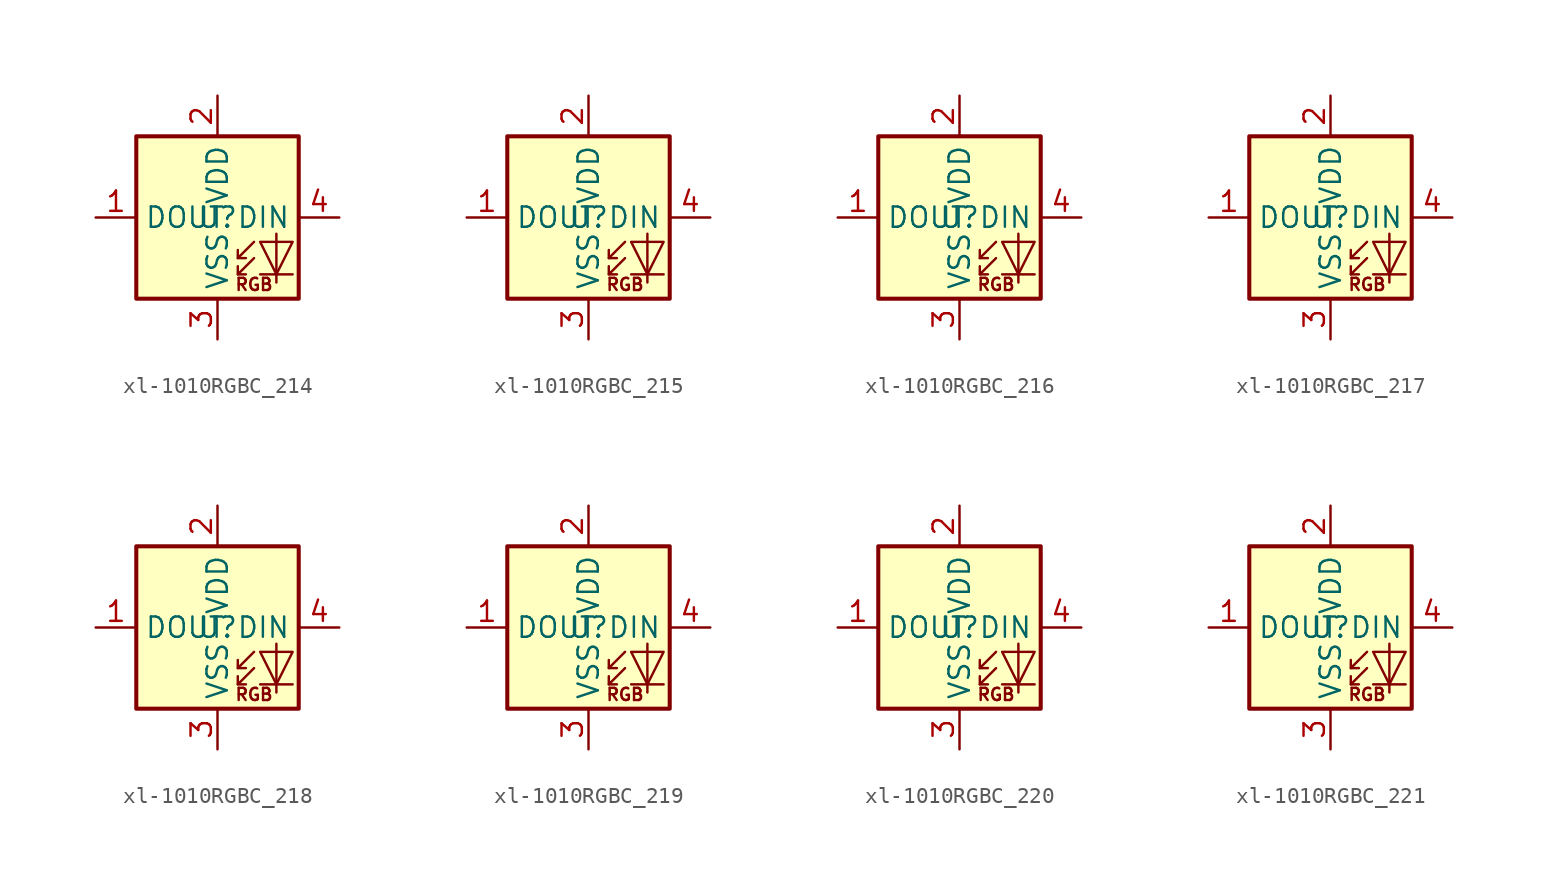
<source format=kicad_sym>
(kicad_symbol_lib
  (version 20231120)
  (generator "kicad_symbol_editor")
  (generator_version "8.0")
  (symbol "xl-1010RGBC_214"
    (property "Reference" "U"
      (at 0 0 0)
      (effects (font (size 1.27 1.27))))
    (property "Value" ""
      (at 0 0 0)
      (effects (font (size 1.27 1.27))))
    (symbol "xl-1010RGBC_214_0_0"
      (text "RGB" (at 2.286 -4.191 0) (effects (font (size 0.762 0.762)))))
    (symbol "xl-1010RGBC_214_0_1"
      (polyline (pts (xy 1.27 -3.556) (xy 1.778 -3.556)) (stroke (width 0) (type default)) (fill (type none)))
      (polyline (pts (xy 1.27 -2.54) (xy 1.778 -2.54)) (stroke (width 0) (type default)) (fill (type none)))
      (polyline (pts (xy 4.699 -3.556) (xy 2.667 -3.556)) (stroke (width 0) (type default)) (fill (type none)))
      (polyline (pts (xy 2.286 -2.54) (xy 1.27 -3.556) (xy 1.27 -3.048)) (stroke (width 0) (type default)) (fill (type none)))
      (polyline (pts (xy 2.286 -1.524) (xy 1.27 -2.54) (xy 1.27 -2.032)) (stroke (width 0) (type default)) (fill (type none)))
      (polyline (pts (xy 3.683 -1.016) (xy 3.683 -3.556) (xy 3.683 -4.064)) (stroke (width 0) (type default)) (fill (type none)))
      (polyline (pts (xy 4.699 -1.524) (xy 2.667 -1.524) (xy 3.683 -3.556) (xy 4.699 -1.524)) (stroke (width 0) (type default)) (fill (type none)))
      (rectangle (start 5.08 5.08) (end -5.08 -5.08) (stroke (width 0.254) (type default)) (fill (type background))))
    (symbol "xl-1010RGBC_214_1_1"
      (pin output line (at -7.62 0 0) (length 2.54) (name "DOUT" (effects (font (size 1.27 1.27)))) (number "1" (effects (font (size 1.27 1.27)))))
      (pin power_in line (at 0 7.62 270) (length 2.54) (name "VDD" (effects (font (size 1.27 1.27)))) (number "2" (effects (font (size 1.27 1.27)))))
      (pin power_in line (at 0 -7.62 90) (length 2.54) (name "VSS" (effects (font (size 1.27 1.27)))) (number "3" (effects (font (size 1.27 1.27)))))
      (pin input line (at 7.62 0 180) (length 2.54) (name "DIN" (effects (font (size 1.27 1.27)))) (number "4" (effects (font (size 1.27 1.27)))))))
  (symbol "xl-1010RGBC_215"
    (property "Reference" "U"
      (at 0 0 0)
      (effects (font (size 1.27 1.27))))
    (property "Value" ""
      (at 0 0 0)
      (effects (font (size 1.27 1.27))))
    (symbol "xl-1010RGBC_215_0_0"
      (text "RGB" (at 2.286 -4.191 0) (effects (font (size 0.762 0.762)))))
    (symbol "xl-1010RGBC_215_0_1"
      (polyline (pts (xy 1.27 -3.556) (xy 1.778 -3.556)) (stroke (width 0) (type default)) (fill (type none)))
      (polyline (pts (xy 1.27 -2.54) (xy 1.778 -2.54)) (stroke (width 0) (type default)) (fill (type none)))
      (polyline (pts (xy 4.699 -3.556) (xy 2.667 -3.556)) (stroke (width 0) (type default)) (fill (type none)))
      (polyline (pts (xy 2.286 -2.54) (xy 1.27 -3.556) (xy 1.27 -3.048)) (stroke (width 0) (type default)) (fill (type none)))
      (polyline (pts (xy 2.286 -1.524) (xy 1.27 -2.54) (xy 1.27 -2.032)) (stroke (width 0) (type default)) (fill (type none)))
      (polyline (pts (xy 3.683 -1.016) (xy 3.683 -3.556) (xy 3.683 -4.064)) (stroke (width 0) (type default)) (fill (type none)))
      (polyline (pts (xy 4.699 -1.524) (xy 2.667 -1.524) (xy 3.683 -3.556) (xy 4.699 -1.524)) (stroke (width 0) (type default)) (fill (type none)))
      (rectangle (start 5.08 5.08) (end -5.08 -5.08) (stroke (width 0.254) (type default)) (fill (type background))))
    (symbol "xl-1010RGBC_215_1_1"
      (pin output line (at -7.62 0 0) (length 2.54) (name "DOUT" (effects (font (size 1.27 1.27)))) (number "1" (effects (font (size 1.27 1.27)))))
      (pin power_in line (at 0 7.62 270) (length 2.54) (name "VDD" (effects (font (size 1.27 1.27)))) (number "2" (effects (font (size 1.27 1.27)))))
      (pin power_in line (at 0 -7.62 90) (length 2.54) (name "VSS" (effects (font (size 1.27 1.27)))) (number "3" (effects (font (size 1.27 1.27)))))
      (pin input line (at 7.62 0 180) (length 2.54) (name "DIN" (effects (font (size 1.27 1.27)))) (number "4" (effects (font (size 1.27 1.27)))))))
  (symbol "xl-1010RGBC_216"
    (property "Reference" "U"
      (at 0 0 0)
      (effects (font (size 1.27 1.27))))
    (property "Value" ""
      (at 0 0 0)
      (effects (font (size 1.27 1.27))))
    (symbol "xl-1010RGBC_216_0_0"
      (text "RGB" (at 2.286 -4.191 0) (effects (font (size 0.762 0.762)))))
    (symbol "xl-1010RGBC_216_0_1"
      (polyline (pts (xy 1.27 -3.556) (xy 1.778 -3.556)) (stroke (width 0) (type default)) (fill (type none)))
      (polyline (pts (xy 1.27 -2.54) (xy 1.778 -2.54)) (stroke (width 0) (type default)) (fill (type none)))
      (polyline (pts (xy 4.699 -3.556) (xy 2.667 -3.556)) (stroke (width 0) (type default)) (fill (type none)))
      (polyline (pts (xy 2.286 -2.54) (xy 1.27 -3.556) (xy 1.27 -3.048)) (stroke (width 0) (type default)) (fill (type none)))
      (polyline (pts (xy 2.286 -1.524) (xy 1.27 -2.54) (xy 1.27 -2.032)) (stroke (width 0) (type default)) (fill (type none)))
      (polyline (pts (xy 3.683 -1.016) (xy 3.683 -3.556) (xy 3.683 -4.064)) (stroke (width 0) (type default)) (fill (type none)))
      (polyline (pts (xy 4.699 -1.524) (xy 2.667 -1.524) (xy 3.683 -3.556) (xy 4.699 -1.524)) (stroke (width 0) (type default)) (fill (type none)))
      (rectangle (start 5.08 5.08) (end -5.08 -5.08) (stroke (width 0.254) (type default)) (fill (type background))))
    (symbol "xl-1010RGBC_216_1_1"
      (pin output line (at -7.62 0 0) (length 2.54) (name "DOUT" (effects (font (size 1.27 1.27)))) (number "1" (effects (font (size 1.27 1.27)))))
      (pin power_in line (at 0 7.62 270) (length 2.54) (name "VDD" (effects (font (size 1.27 1.27)))) (number "2" (effects (font (size 1.27 1.27)))))
      (pin power_in line (at 0 -7.62 90) (length 2.54) (name "VSS" (effects (font (size 1.27 1.27)))) (number "3" (effects (font (size 1.27 1.27)))))
      (pin input line (at 7.62 0 180) (length 2.54) (name "DIN" (effects (font (size 1.27 1.27)))) (number "4" (effects (font (size 1.27 1.27)))))))
  (symbol "xl-1010RGBC_217"
    (property "Reference" "U"
      (at 0 0 0)
      (effects (font (size 1.27 1.27))))
    (property "Value" ""
      (at 0 0 0)
      (effects (font (size 1.27 1.27))))
    (symbol "xl-1010RGBC_217_0_0"
      (text "RGB" (at 2.286 -4.191 0) (effects (font (size 0.762 0.762)))))
    (symbol "xl-1010RGBC_217_0_1"
      (polyline (pts (xy 1.27 -3.556) (xy 1.778 -3.556)) (stroke (width 0) (type default)) (fill (type none)))
      (polyline (pts (xy 1.27 -2.54) (xy 1.778 -2.54)) (stroke (width 0) (type default)) (fill (type none)))
      (polyline (pts (xy 4.699 -3.556) (xy 2.667 -3.556)) (stroke (width 0) (type default)) (fill (type none)))
      (polyline (pts (xy 2.286 -2.54) (xy 1.27 -3.556) (xy 1.27 -3.048)) (stroke (width 0) (type default)) (fill (type none)))
      (polyline (pts (xy 2.286 -1.524) (xy 1.27 -2.54) (xy 1.27 -2.032)) (stroke (width 0) (type default)) (fill (type none)))
      (polyline (pts (xy 3.683 -1.016) (xy 3.683 -3.556) (xy 3.683 -4.064)) (stroke (width 0) (type default)) (fill (type none)))
      (polyline (pts (xy 4.699 -1.524) (xy 2.667 -1.524) (xy 3.683 -3.556) (xy 4.699 -1.524)) (stroke (width 0) (type default)) (fill (type none)))
      (rectangle (start 5.08 5.08) (end -5.08 -5.08) (stroke (width 0.254) (type default)) (fill (type background))))
    (symbol "xl-1010RGBC_217_1_1"
      (pin output line (at -7.62 0 0) (length 2.54) (name "DOUT" (effects (font (size 1.27 1.27)))) (number "1" (effects (font (size 1.27 1.27)))))
      (pin power_in line (at 0 7.62 270) (length 2.54) (name "VDD" (effects (font (size 1.27 1.27)))) (number "2" (effects (font (size 1.27 1.27)))))
      (pin power_in line (at 0 -7.62 90) (length 2.54) (name "VSS" (effects (font (size 1.27 1.27)))) (number "3" (effects (font (size 1.27 1.27)))))
      (pin input line (at 7.62 0 180) (length 2.54) (name "DIN" (effects (font (size 1.27 1.27)))) (number "4" (effects (font (size 1.27 1.27)))))))
  (symbol "xl-1010RGBC_218"
    (property "Reference" "U"
      (at 0 0 0)
      (effects (font (size 1.27 1.27))))
    (property "Value" ""
      (at 0 0 0)
      (effects (font (size 1.27 1.27))))
    (symbol "xl-1010RGBC_218_0_0"
      (text "RGB" (at 2.286 -4.191 0) (effects (font (size 0.762 0.762)))))
    (symbol "xl-1010RGBC_218_0_1"
      (polyline (pts (xy 1.27 -3.556) (xy 1.778 -3.556)) (stroke (width 0) (type default)) (fill (type none)))
      (polyline (pts (xy 1.27 -2.54) (xy 1.778 -2.54)) (stroke (width 0) (type default)) (fill (type none)))
      (polyline (pts (xy 4.699 -3.556) (xy 2.667 -3.556)) (stroke (width 0) (type default)) (fill (type none)))
      (polyline (pts (xy 2.286 -2.54) (xy 1.27 -3.556) (xy 1.27 -3.048)) (stroke (width 0) (type default)) (fill (type none)))
      (polyline (pts (xy 2.286 -1.524) (xy 1.27 -2.54) (xy 1.27 -2.032)) (stroke (width 0) (type default)) (fill (type none)))
      (polyline (pts (xy 3.683 -1.016) (xy 3.683 -3.556) (xy 3.683 -4.064)) (stroke (width 0) (type default)) (fill (type none)))
      (polyline (pts (xy 4.699 -1.524) (xy 2.667 -1.524) (xy 3.683 -3.556) (xy 4.699 -1.524)) (stroke (width 0) (type default)) (fill (type none)))
      (rectangle (start 5.08 5.08) (end -5.08 -5.08) (stroke (width 0.254) (type default)) (fill (type background))))
    (symbol "xl-1010RGBC_218_1_1"
      (pin output line (at -7.62 0 0) (length 2.54) (name "DOUT" (effects (font (size 1.27 1.27)))) (number "1" (effects (font (size 1.27 1.27)))))
      (pin power_in line (at 0 7.62 270) (length 2.54) (name "VDD" (effects (font (size 1.27 1.27)))) (number "2" (effects (font (size 1.27 1.27)))))
      (pin power_in line (at 0 -7.62 90) (length 2.54) (name "VSS" (effects (font (size 1.27 1.27)))) (number "3" (effects (font (size 1.27 1.27)))))
      (pin input line (at 7.62 0 180) (length 2.54) (name "DIN" (effects (font (size 1.27 1.27)))) (number "4" (effects (font (size 1.27 1.27)))))))
  (symbol "xl-1010RGBC_219"
    (property "Reference" "U"
      (at 0 0 0)
      (effects (font (size 1.27 1.27))))
    (property "Value" ""
      (at 0 0 0)
      (effects (font (size 1.27 1.27))))
    (symbol "xl-1010RGBC_219_0_0"
      (text "RGB" (at 2.286 -4.191 0) (effects (font (size 0.762 0.762)))))
    (symbol "xl-1010RGBC_219_0_1"
      (polyline (pts (xy 1.27 -3.556) (xy 1.778 -3.556)) (stroke (width 0) (type default)) (fill (type none)))
      (polyline (pts (xy 1.27 -2.54) (xy 1.778 -2.54)) (stroke (width 0) (type default)) (fill (type none)))
      (polyline (pts (xy 4.699 -3.556) (xy 2.667 -3.556)) (stroke (width 0) (type default)) (fill (type none)))
      (polyline (pts (xy 2.286 -2.54) (xy 1.27 -3.556) (xy 1.27 -3.048)) (stroke (width 0) (type default)) (fill (type none)))
      (polyline (pts (xy 2.286 -1.524) (xy 1.27 -2.54) (xy 1.27 -2.032)) (stroke (width 0) (type default)) (fill (type none)))
      (polyline (pts (xy 3.683 -1.016) (xy 3.683 -3.556) (xy 3.683 -4.064)) (stroke (width 0) (type default)) (fill (type none)))
      (polyline (pts (xy 4.699 -1.524) (xy 2.667 -1.524) (xy 3.683 -3.556) (xy 4.699 -1.524)) (stroke (width 0) (type default)) (fill (type none)))
      (rectangle (start 5.08 5.08) (end -5.08 -5.08) (stroke (width 0.254) (type default)) (fill (type background))))
    (symbol "xl-1010RGBC_219_1_1"
      (pin output line (at -7.62 0 0) (length 2.54) (name "DOUT" (effects (font (size 1.27 1.27)))) (number "1" (effects (font (size 1.27 1.27)))))
      (pin power_in line (at 0 7.62 270) (length 2.54) (name "VDD" (effects (font (size 1.27 1.27)))) (number "2" (effects (font (size 1.27 1.27)))))
      (pin power_in line (at 0 -7.62 90) (length 2.54) (name "VSS" (effects (font (size 1.27 1.27)))) (number "3" (effects (font (size 1.27 1.27)))))
      (pin input line (at 7.62 0 180) (length 2.54) (name "DIN" (effects (font (size 1.27 1.27)))) (number "4" (effects (font (size 1.27 1.27)))))))
  (symbol "xl-1010RGBC_220"
    (property "Reference" "U"
      (at 0 0 0)
      (effects (font (size 1.27 1.27))))
    (property "Value" ""
      (at 0 0 0)
      (effects (font (size 1.27 1.27))))
    (symbol "xl-1010RGBC_220_0_0"
      (text "RGB" (at 2.286 -4.191 0) (effects (font (size 0.762 0.762)))))
    (symbol "xl-1010RGBC_220_0_1"
      (polyline (pts (xy 1.27 -3.556) (xy 1.778 -3.556)) (stroke (width 0) (type default)) (fill (type none)))
      (polyline (pts (xy 1.27 -2.54) (xy 1.778 -2.54)) (stroke (width 0) (type default)) (fill (type none)))
      (polyline (pts (xy 4.699 -3.556) (xy 2.667 -3.556)) (stroke (width 0) (type default)) (fill (type none)))
      (polyline (pts (xy 2.286 -2.54) (xy 1.27 -3.556) (xy 1.27 -3.048)) (stroke (width 0) (type default)) (fill (type none)))
      (polyline (pts (xy 2.286 -1.524) (xy 1.27 -2.54) (xy 1.27 -2.032)) (stroke (width 0) (type default)) (fill (type none)))
      (polyline (pts (xy 3.683 -1.016) (xy 3.683 -3.556) (xy 3.683 -4.064)) (stroke (width 0) (type default)) (fill (type none)))
      (polyline (pts (xy 4.699 -1.524) (xy 2.667 -1.524) (xy 3.683 -3.556) (xy 4.699 -1.524)) (stroke (width 0) (type default)) (fill (type none)))
      (rectangle (start 5.08 5.08) (end -5.08 -5.08) (stroke (width 0.254) (type default)) (fill (type background))))
    (symbol "xl-1010RGBC_220_1_1"
      (pin output line (at -7.62 0 0) (length 2.54) (name "DOUT" (effects (font (size 1.27 1.27)))) (number "1" (effects (font (size 1.27 1.27)))))
      (pin power_in line (at 0 7.62 270) (length 2.54) (name "VDD" (effects (font (size 1.27 1.27)))) (number "2" (effects (font (size 1.27 1.27)))))
      (pin power_in line (at 0 -7.62 90) (length 2.54) (name "VSS" (effects (font (size 1.27 1.27)))) (number "3" (effects (font (size 1.27 1.27)))))
      (pin input line (at 7.62 0 180) (length 2.54) (name "DIN" (effects (font (size 1.27 1.27)))) (number "4" (effects (font (size 1.27 1.27)))))))
  (symbol "xl-1010RGBC_221"
    (property "Reference" "U"
      (at 0 0 0)
      (effects (font (size 1.27 1.27))))
    (property "Value" ""
      (at 0 0 0)
      (effects (font (size 1.27 1.27))))
    (symbol "xl-1010RGBC_221_0_0"
      (text "RGB" (at 2.286 -4.191 0) (effects (font (size 0.762 0.762)))))
    (symbol "xl-1010RGBC_221_0_1"
      (polyline (pts (xy 1.27 -3.556) (xy 1.778 -3.556)) (stroke (width 0) (type default)) (fill (type none)))
      (polyline (pts (xy 1.27 -2.54) (xy 1.778 -2.54)) (stroke (width 0) (type default)) (fill (type none)))
      (polyline (pts (xy 4.699 -3.556) (xy 2.667 -3.556)) (stroke (width 0) (type default)) (fill (type none)))
      (polyline (pts (xy 2.286 -2.54) (xy 1.27 -3.556) (xy 1.27 -3.048)) (stroke (width 0) (type default)) (fill (type none)))
      (polyline (pts (xy 2.286 -1.524) (xy 1.27 -2.54) (xy 1.27 -2.032)) (stroke (width 0) (type default)) (fill (type none)))
      (polyline (pts (xy 3.683 -1.016) (xy 3.683 -3.556) (xy 3.683 -4.064)) (stroke (width 0) (type default)) (fill (type none)))
      (polyline (pts (xy 4.699 -1.524) (xy 2.667 -1.524) (xy 3.683 -3.556) (xy 4.699 -1.524)) (stroke (width 0) (type default)) (fill (type none)))
      (rectangle (start 5.08 5.08) (end -5.08 -5.08) (stroke (width 0.254) (type default)) (fill (type background))))
    (symbol "xl-1010RGBC_221_1_1"
      (pin output line (at -7.62 0 0) (length 2.54) (name "DOUT" (effects (font (size 1.27 1.27)))) (number "1" (effects (font (size 1.27 1.27)))))
      (pin power_in line (at 0 7.62 270) (length 2.54) (name "VDD" (effects (font (size 1.27 1.27)))) (number "2" (effects (font (size 1.27 1.27)))))
      (pin power_in line (at 0 -7.62 90) (length 2.54) (name "VSS" (effects (font (size 1.27 1.27)))) (number "3" (effects (font (size 1.27 1.27)))))
      (pin input line (at 7.62 0 180) (length 2.54) (name "DIN" (effects (font (size 1.27 1.27)))) (number "4" (effects (font (size 1.27 1.27))))))))
</source>
